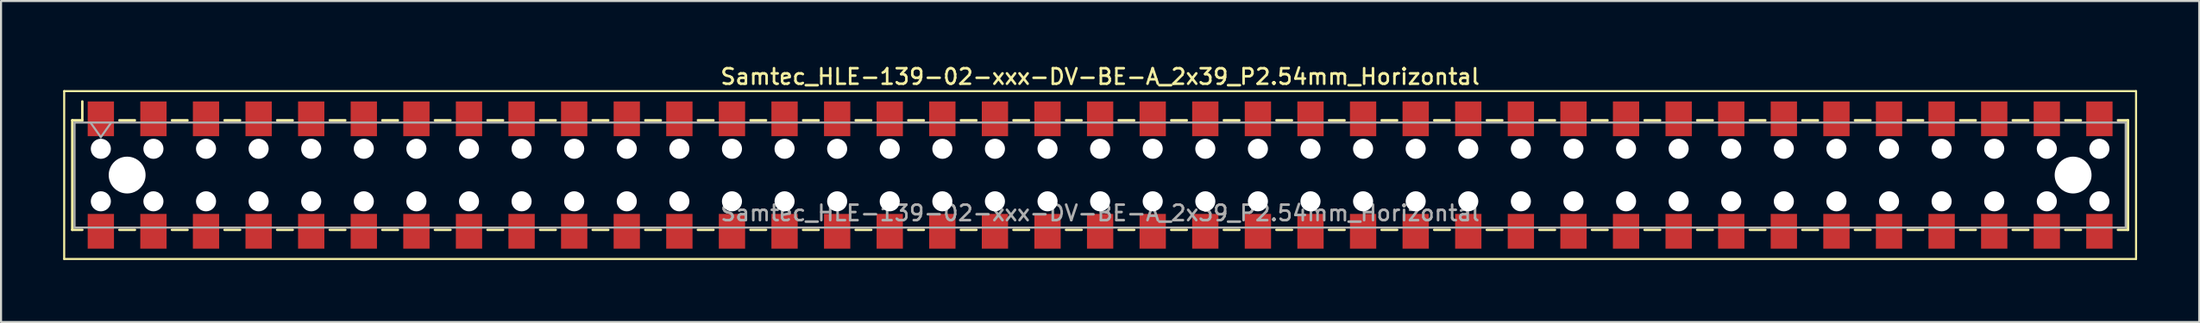
<source format=kicad_pcb>
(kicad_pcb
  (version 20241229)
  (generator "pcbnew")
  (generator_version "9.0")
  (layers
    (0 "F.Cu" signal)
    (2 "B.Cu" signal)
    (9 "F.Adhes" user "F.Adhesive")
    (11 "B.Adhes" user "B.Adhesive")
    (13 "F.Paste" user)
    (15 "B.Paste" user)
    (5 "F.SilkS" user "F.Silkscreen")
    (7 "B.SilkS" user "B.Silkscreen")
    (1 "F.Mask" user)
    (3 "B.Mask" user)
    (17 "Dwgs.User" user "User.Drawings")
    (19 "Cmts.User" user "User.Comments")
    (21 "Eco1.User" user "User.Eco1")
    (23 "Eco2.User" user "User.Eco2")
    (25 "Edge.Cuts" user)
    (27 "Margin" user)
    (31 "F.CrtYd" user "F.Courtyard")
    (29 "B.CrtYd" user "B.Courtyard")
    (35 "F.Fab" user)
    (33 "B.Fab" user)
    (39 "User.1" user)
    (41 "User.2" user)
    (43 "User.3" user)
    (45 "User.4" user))
  (footprint "Samtec_HLE-139-02-xxx-DV-BE-A_2x39_P2.54mm_Horizontal"
    (layer "F.Cu")
    (at 50.08 5.418)
    (property "Reference" "Samtec_HLE-139-02-xxx-DV-BE-A_2x39_P2.54mm_Horizontal" (at 0 -4.76 0) (layer "F.SilkS") (effects (font (size 0.75 0.75) (thickness 0.125))))
    (attr smd)
    (fp_line (start -50.03 -4.06) (end 50.03 -4.06) (stroke (width 0.1) (type solid)) (layer "F.SilkS"))
    (fp_line (start -50.03 4.06) (end -50.03 -4.06) (stroke (width 0.1) (type solid)) (layer "F.SilkS"))
    (fp_line (start -49.64 -2.65) (end -49.64 2.65) (stroke (width 0.12) (type solid)) (layer "F.SilkS"))
    (fp_line (start -49.64 2.65) (end -49.155 2.65) (stroke (width 0.12) (type solid)) (layer "F.SilkS"))
    (fp_line (start -49.155 -3.56) (end -49.155 -2.65) (stroke (width 0.12) (type solid)) (layer "F.SilkS"))
    (fp_line (start -49.155 -2.65) (end -49.64 -2.65) (stroke (width 0.12) (type solid)) (layer "F.SilkS"))
    (fp_line (start -47.365 -2.65) (end -46.615 -2.65) (stroke (width 0.12) (type solid)) (layer "F.SilkS"))
    (fp_line (start -47.365 2.65) (end -46.615 2.65) (stroke (width 0.12) (type solid)) (layer "F.SilkS"))
    (fp_line (start -44.825 -2.65) (end -44.075 -2.65) (stroke (width 0.12) (type solid)) (layer "F.SilkS"))
    (fp_line (start -44.825 2.65) (end -44.075 2.65) (stroke (width 0.12) (type solid)) (layer "F.SilkS"))
    (fp_line (start -42.285 -2.65) (end -41.535 -2.65) (stroke (width 0.12) (type solid)) (layer "F.SilkS"))
    (fp_line (start -42.285 2.65) (end -41.535 2.65) (stroke (width 0.12) (type solid)) (layer "F.SilkS"))
    (fp_line (start -39.745 -2.65) (end -38.995 -2.65) (stroke (width 0.12) (type solid)) (layer "F.SilkS"))
    (fp_line (start -39.745 2.65) (end -38.995 2.65) (stroke (width 0.12) (type solid)) (layer "F.SilkS"))
    (fp_line (start -37.205 -2.65) (end -36.455 -2.65) (stroke (width 0.12) (type solid)) (layer "F.SilkS"))
    (fp_line (start -37.205 2.65) (end -36.455 2.65) (stroke (width 0.12) (type solid)) (layer "F.SilkS"))
    (fp_line (start -34.665 -2.65) (end -33.915 -2.65) (stroke (width 0.12) (type solid)) (layer "F.SilkS"))
    (fp_line (start -34.665 2.65) (end -33.915 2.65) (stroke (width 0.12) (type solid)) (layer "F.SilkS"))
    (fp_line (start -32.125 -2.65) (end -31.375 -2.65) (stroke (width 0.12) (type solid)) (layer "F.SilkS"))
    (fp_line (start -32.125 2.65) (end -31.375 2.65) (stroke (width 0.12) (type solid)) (layer "F.SilkS"))
    (fp_line (start -29.585 -2.65) (end -28.835 -2.65) (stroke (width 0.12) (type solid)) (layer "F.SilkS"))
    (fp_line (start -29.585 2.65) (end -28.835 2.65) (stroke (width 0.12) (type solid)) (layer "F.SilkS"))
    (fp_line (start -27.045 -2.65) (end -26.295 -2.65) (stroke (width 0.12) (type solid)) (layer "F.SilkS"))
    (fp_line (start -27.045 2.65) (end -26.295 2.65) (stroke (width 0.12) (type solid)) (layer "F.SilkS"))
    (fp_line (start -24.505 -2.65) (end -23.755 -2.65) (stroke (width 0.12) (type solid)) (layer "F.SilkS"))
    (fp_line (start -24.505 2.65) (end -23.755 2.65) (stroke (width 0.12) (type solid)) (layer "F.SilkS"))
    (fp_line (start -21.965 -2.65) (end -21.215 -2.65) (stroke (width 0.12) (type solid)) (layer "F.SilkS"))
    (fp_line (start -21.965 2.65) (end -21.215 2.65) (stroke (width 0.12) (type solid)) (layer "F.SilkS"))
    (fp_line (start -19.425 -2.65) (end -18.675 -2.65) (stroke (width 0.12) (type solid)) (layer "F.SilkS"))
    (fp_line (start -19.425 2.65) (end -18.675 2.65) (stroke (width 0.12) (type solid)) (layer "F.SilkS"))
    (fp_line (start -16.885 -2.65) (end -16.135 -2.65) (stroke (width 0.12) (type solid)) (layer "F.SilkS"))
    (fp_line (start -16.885 2.65) (end -16.135 2.65) (stroke (width 0.12) (type solid)) (layer "F.SilkS"))
    (fp_line (start -14.345 -2.65) (end -13.595 -2.65) (stroke (width 0.12) (type solid)) (layer "F.SilkS"))
    (fp_line (start -14.345 2.65) (end -13.595 2.65) (stroke (width 0.12) (type solid)) (layer "F.SilkS"))
    (fp_line (start -11.805 -2.65) (end -11.055 -2.65) (stroke (width 0.12) (type solid)) (layer "F.SilkS"))
    (fp_line (start -11.805 2.65) (end -11.055 2.65) (stroke (width 0.12) (type solid)) (layer "F.SilkS"))
    (fp_line (start -9.265 -2.65) (end -8.515 -2.65) (stroke (width 0.12) (type solid)) (layer "F.SilkS"))
    (fp_line (start -9.265 2.65) (end -8.515 2.65) (stroke (width 0.12) (type solid)) (layer "F.SilkS"))
    (fp_line (start -6.725 -2.65) (end -5.975 -2.65) (stroke (width 0.12) (type solid)) (layer "F.SilkS"))
    (fp_line (start -6.725 2.65) (end -5.975 2.65) (stroke (width 0.12) (type solid)) (layer "F.SilkS"))
    (fp_line (start -4.185 -2.65) (end -3.435 -2.65) (stroke (width 0.12) (type solid)) (layer "F.SilkS"))
    (fp_line (start -4.185 2.65) (end -3.435 2.65) (stroke (width 0.12) (type solid)) (layer "F.SilkS"))
    (fp_line (start -1.645 -2.65) (end -0.895 -2.65) (stroke (width 0.12) (type solid)) (layer "F.SilkS"))
    (fp_line (start -1.645 2.65) (end -0.895 2.65) (stroke (width 0.12) (type solid)) (layer "F.SilkS"))
    (fp_line (start 0.895 -2.65) (end 1.645 -2.65) (stroke (width 0.12) (type solid)) (layer "F.SilkS"))
    (fp_line (start 0.895 2.65) (end 1.645 2.65) (stroke (width 0.12) (type solid)) (layer "F.SilkS"))
    (fp_line (start 3.435 -2.65) (end 4.185 -2.65) (stroke (width 0.12) (type solid)) (layer "F.SilkS"))
    (fp_line (start 3.435 2.65) (end 4.185 2.65) (stroke (width 0.12) (type solid)) (layer "F.SilkS"))
    (fp_line (start 5.975 -2.65) (end 6.725 -2.65) (stroke (width 0.12) (type solid)) (layer "F.SilkS"))
    (fp_line (start 5.975 2.65) (end 6.725 2.65) (stroke (width 0.12) (type solid)) (layer "F.SilkS"))
    (fp_line (start 8.515 -2.65) (end 9.265 -2.65) (stroke (width 0.12) (type solid)) (layer "F.SilkS"))
    (fp_line (start 8.515 2.65) (end 9.265 2.65) (stroke (width 0.12) (type solid)) (layer "F.SilkS"))
    (fp_line (start 11.055 -2.65) (end 11.805 -2.65) (stroke (width 0.12) (type solid)) (layer "F.SilkS"))
    (fp_line (start 11.055 2.65) (end 11.805 2.65) (stroke (width 0.12) (type solid)) (layer "F.SilkS"))
    (fp_line (start 13.595 -2.65) (end 14.345 -2.65) (stroke (width 0.12) (type solid)) (layer "F.SilkS"))
    (fp_line (start 13.595 2.65) (end 14.345 2.65) (stroke (width 0.12) (type solid)) (layer "F.SilkS"))
    (fp_line (start 16.135 -2.65) (end 16.885 -2.65) (stroke (width 0.12) (type solid)) (layer "F.SilkS"))
    (fp_line (start 16.135 2.65) (end 16.885 2.65) (stroke (width 0.12) (type solid)) (layer "F.SilkS"))
    (fp_line (start 18.675 -2.65) (end 19.425 -2.65) (stroke (width 0.12) (type solid)) (layer "F.SilkS"))
    (fp_line (start 18.675 2.65) (end 19.425 2.65) (stroke (width 0.12) (type solid)) (layer "F.SilkS"))
    (fp_line (start 21.215 -2.65) (end 21.965 -2.65) (stroke (width 0.12) (type solid)) (layer "F.SilkS"))
    (fp_line (start 21.215 2.65) (end 21.965 2.65) (stroke (width 0.12) (type solid)) (layer "F.SilkS"))
    (fp_line (start 23.755 -2.65) (end 24.505 -2.65) (stroke (width 0.12) (type solid)) (layer "F.SilkS"))
    (fp_line (start 23.755 2.65) (end 24.505 2.65) (stroke (width 0.12) (type solid)) (layer "F.SilkS"))
    (fp_line (start 26.295 -2.65) (end 27.045 -2.65) (stroke (width 0.12) (type solid)) (layer "F.SilkS"))
    (fp_line (start 26.295 2.65) (end 27.045 2.65) (stroke (width 0.12) (type solid)) (layer "F.SilkS"))
    (fp_line (start 28.835 -2.65) (end 29.585 -2.65) (stroke (width 0.12) (type solid)) (layer "F.SilkS"))
    (fp_line (start 28.835 2.65) (end 29.585 2.65) (stroke (width 0.12) (type solid)) (layer "F.SilkS"))
    (fp_line (start 31.375 -2.65) (end 32.125 -2.65) (stroke (width 0.12) (type solid)) (layer "F.SilkS"))
    (fp_line (start 31.375 2.65) (end 32.125 2.65) (stroke (width 0.12) (type solid)) (layer "F.SilkS"))
    (fp_line (start 33.915 -2.65) (end 34.665 -2.65) (stroke (width 0.12) (type solid)) (layer "F.SilkS"))
    (fp_line (start 33.915 2.65) (end 34.665 2.65) (stroke (width 0.12) (type solid)) (layer "F.SilkS"))
    (fp_line (start 36.455 -2.65) (end 37.205 -2.65) (stroke (width 0.12) (type solid)) (layer "F.SilkS"))
    (fp_line (start 36.455 2.65) (end 37.205 2.65) (stroke (width 0.12) (type solid)) (layer "F.SilkS"))
    (fp_line (start 38.995 -2.65) (end 39.745 -2.65) (stroke (width 0.12) (type solid)) (layer "F.SilkS"))
    (fp_line (start 38.995 2.65) (end 39.745 2.65) (stroke (width 0.12) (type solid)) (layer "F.SilkS"))
    (fp_line (start 41.535 -2.65) (end 42.285 -2.65) (stroke (width 0.12) (type solid)) (layer "F.SilkS"))
    (fp_line (start 41.535 2.65) (end 42.285 2.65) (stroke (width 0.12) (type solid)) (layer "F.SilkS"))
    (fp_line (start 44.075 -2.65) (end 44.825 -2.65) (stroke (width 0.12) (type solid)) (layer "F.SilkS"))
    (fp_line (start 44.075 2.65) (end 44.825 2.65) (stroke (width 0.12) (type solid)) (layer "F.SilkS"))
    (fp_line (start 46.615 -2.65) (end 47.365 -2.65) (stroke (width 0.12) (type solid)) (layer "F.SilkS"))
    (fp_line (start 46.615 2.65) (end 47.365 2.65) (stroke (width 0.12) (type solid)) (layer "F.SilkS"))
    (fp_line (start 49.155 -2.65) (end 49.64 -2.65) (stroke (width 0.12) (type solid)) (layer "F.SilkS"))
    (fp_line (start 49.64 -2.65) (end 49.64 2.65) (stroke (width 0.12) (type solid)) (layer "F.SilkS"))
    (fp_line (start 49.64 2.65) (end 49.155 2.65) (stroke (width 0.12) (type solid)) (layer "F.SilkS"))
    (fp_line (start 50.03 -4.06) (end 50.03 4.06) (stroke (width 0.1) (type solid)) (layer "F.SilkS"))
    (fp_line (start 50.03 4.06) (end -50.03 4.06) (stroke (width 0.1) (type solid)) (layer "F.SilkS"))
    (fp_line (start -49.53 -2.54) (end 49.53 -2.54) (stroke (width 0.1) (type solid)) (layer "F.Fab"))
    (fp_line (start -49.53 2.54) (end -49.53 -2.54) (stroke (width 0.1) (type solid)) (layer "F.Fab"))
    (fp_line (start -48.76 -2.54) (end -48.26 -1.833) (stroke (width 0.1) (type solid)) (layer "F.Fab"))
    (fp_line (start -48.26 -1.833) (end -47.76 -2.54) (stroke (width 0.1) (type solid)) (layer "F.Fab"))
    (fp_line (start 49.53 -2.54) (end 49.53 2.54) (stroke (width 0.1) (type solid)) (layer "F.Fab"))
    (fp_line (start 49.53 2.54) (end -49.53 2.54) (stroke (width 0.1) (type solid)) (layer "F.Fab"))
    (fp_text user "${REFERENCE}" (at 0 1.84 0) (layer "F.Fab") (effects (font (size 0.75 0.75) (thickness 0.125))))
    (pad "" np_thru_hole circle (at -48.26 -1.27) (size 0.97 0.97) (drill 0.97) (layers "*.Cu" "*.Mask"))
    (pad "" np_thru_hole circle (at -48.26 1.27) (size 0.97 0.97) (drill 0.97) (layers "*.Cu" "*.Mask"))
    (pad "" np_thru_hole circle (at -46.99 0) (size 1.78 1.78) (drill 1.78) (layers "*.Cu" "*.Mask"))
    (pad "" np_thru_hole circle (at -45.72 -1.27) (size 0.97 0.97) (drill 0.97) (layers "*.Cu" "*.Mask"))
    (pad "" np_thru_hole circle (at -45.72 1.27) (size 0.97 0.97) (drill 0.97) (layers "*.Cu" "*.Mask"))
    (pad "" np_thru_hole circle (at -43.18 -1.27) (size 0.97 0.97) (drill 0.97) (layers "*.Cu" "*.Mask"))
    (pad "" np_thru_hole circle (at -43.18 1.27) (size 0.97 0.97) (drill 0.97) (layers "*.Cu" "*.Mask"))
    (pad "" np_thru_hole circle (at -40.64 -1.27) (size 0.97 0.97) (drill 0.97) (layers "*.Cu" "*.Mask"))
    (pad "" np_thru_hole circle (at -40.64 1.27) (size 0.97 0.97) (drill 0.97) (layers "*.Cu" "*.Mask"))
    (pad "" np_thru_hole circle (at -38.1 -1.27) (size 0.97 0.97) (drill 0.97) (layers "*.Cu" "*.Mask"))
    (pad "" np_thru_hole circle (at -38.1 1.27) (size 0.97 0.97) (drill 0.97) (layers "*.Cu" "*.Mask"))
    (pad "" np_thru_hole circle (at -35.56 -1.27) (size 0.97 0.97) (drill 0.97) (layers "*.Cu" "*.Mask"))
    (pad "" np_thru_hole circle (at -35.56 1.27) (size 0.97 0.97) (drill 0.97) (layers "*.Cu" "*.Mask"))
    (pad "" np_thru_hole circle (at -33.02 -1.27) (size 0.97 0.97) (drill 0.97) (layers "*.Cu" "*.Mask"))
    (pad "" np_thru_hole circle (at -33.02 1.27) (size 0.97 0.97) (drill 0.97) (layers "*.Cu" "*.Mask"))
    (pad "" np_thru_hole circle (at -30.48 -1.27) (size 0.97 0.97) (drill 0.97) (layers "*.Cu" "*.Mask"))
    (pad "" np_thru_hole circle (at -30.48 1.27) (size 0.97 0.97) (drill 0.97) (layers "*.Cu" "*.Mask"))
    (pad "" np_thru_hole circle (at -27.94 -1.27) (size 0.97 0.97) (drill 0.97) (layers "*.Cu" "*.Mask"))
    (pad "" np_thru_hole circle (at -27.94 1.27) (size 0.97 0.97) (drill 0.97) (layers "*.Cu" "*.Mask"))
    (pad "" np_thru_hole circle (at -25.4 -1.27) (size 0.97 0.97) (drill 0.97) (layers "*.Cu" "*.Mask"))
    (pad "" np_thru_hole circle (at -25.4 1.27) (size 0.97 0.97) (drill 0.97) (layers "*.Cu" "*.Mask"))
    (pad "" np_thru_hole circle (at -22.86 -1.27) (size 0.97 0.97) (drill 0.97) (layers "*.Cu" "*.Mask"))
    (pad "" np_thru_hole circle (at -22.86 1.27) (size 0.97 0.97) (drill 0.97) (layers "*.Cu" "*.Mask"))
    (pad "" np_thru_hole circle (at -20.32 -1.27) (size 0.97 0.97) (drill 0.97) (layers "*.Cu" "*.Mask"))
    (pad "" np_thru_hole circle (at -20.32 1.27) (size 0.97 0.97) (drill 0.97) (layers "*.Cu" "*.Mask"))
    (pad "" np_thru_hole circle (at -17.78 -1.27) (size 0.97 0.97) (drill 0.97) (layers "*.Cu" "*.Mask"))
    (pad "" np_thru_hole circle (at -17.78 1.27) (size 0.97 0.97) (drill 0.97) (layers "*.Cu" "*.Mask"))
    (pad "" np_thru_hole circle (at -15.24 -1.27) (size 0.97 0.97) (drill 0.97) (layers "*.Cu" "*.Mask"))
    (pad "" np_thru_hole circle (at -15.24 1.27) (size 0.97 0.97) (drill 0.97) (layers "*.Cu" "*.Mask"))
    (pad "" np_thru_hole circle (at -12.7 -1.27) (size 0.97 0.97) (drill 0.97) (layers "*.Cu" "*.Mask"))
    (pad "" np_thru_hole circle (at -12.7 1.27) (size 0.97 0.97) (drill 0.97) (layers "*.Cu" "*.Mask"))
    (pad "" np_thru_hole circle (at -10.16 -1.27) (size 0.97 0.97) (drill 0.97) (layers "*.Cu" "*.Mask"))
    (pad "" np_thru_hole circle (at -10.16 1.27) (size 0.97 0.97) (drill 0.97) (layers "*.Cu" "*.Mask"))
    (pad "" np_thru_hole circle (at -7.62 -1.27) (size 0.97 0.97) (drill 0.97) (layers "*.Cu" "*.Mask"))
    (pad "" np_thru_hole circle (at -7.62 1.27) (size 0.97 0.97) (drill 0.97) (layers "*.Cu" "*.Mask"))
    (pad "" np_thru_hole circle (at -5.08 -1.27) (size 0.97 0.97) (drill 0.97) (layers "*.Cu" "*.Mask"))
    (pad "" np_thru_hole circle (at -5.08 1.27) (size 0.97 0.97) (drill 0.97) (layers "*.Cu" "*.Mask"))
    (pad "" np_thru_hole circle (at -2.54 -1.27) (size 0.97 0.97) (drill 0.97) (layers "*.Cu" "*.Mask"))
    (pad "" np_thru_hole circle (at -2.54 1.27) (size 0.97 0.97) (drill 0.97) (layers "*.Cu" "*.Mask"))
    (pad "" np_thru_hole circle (at 0 -1.27) (size 0.97 0.97) (drill 0.97) (layers "*.Cu" "*.Mask"))
    (pad "" np_thru_hole circle (at 0 1.27) (size 0.97 0.97) (drill 0.97) (layers "*.Cu" "*.Mask"))
    (pad "" np_thru_hole circle (at 2.54 -1.27) (size 0.97 0.97) (drill 0.97) (layers "*.Cu" "*.Mask"))
    (pad "" np_thru_hole circle (at 2.54 1.27) (size 0.97 0.97) (drill 0.97) (layers "*.Cu" "*.Mask"))
    (pad "" np_thru_hole circle (at 5.08 -1.27) (size 0.97 0.97) (drill 0.97) (layers "*.Cu" "*.Mask"))
    (pad "" np_thru_hole circle (at 5.08 1.27) (size 0.97 0.97) (drill 0.97) (layers "*.Cu" "*.Mask"))
    (pad "" np_thru_hole circle (at 7.62 -1.27) (size 0.97 0.97) (drill 0.97) (layers "*.Cu" "*.Mask"))
    (pad "" np_thru_hole circle (at 7.62 1.27) (size 0.97 0.97) (drill 0.97) (layers "*.Cu" "*.Mask"))
    (pad "" np_thru_hole circle (at 10.16 -1.27) (size 0.97 0.97) (drill 0.97) (layers "*.Cu" "*.Mask"))
    (pad "" np_thru_hole circle (at 10.16 1.27) (size 0.97 0.97) (drill 0.97) (layers "*.Cu" "*.Mask"))
    (pad "" np_thru_hole circle (at 12.7 -1.27) (size 0.97 0.97) (drill 0.97) (layers "*.Cu" "*.Mask"))
    (pad "" np_thru_hole circle (at 12.7 1.27) (size 0.97 0.97) (drill 0.97) (layers "*.Cu" "*.Mask"))
    (pad "" np_thru_hole circle (at 15.24 -1.27) (size 0.97 0.97) (drill 0.97) (layers "*.Cu" "*.Mask"))
    (pad "" np_thru_hole circle (at 15.24 1.27) (size 0.97 0.97) (drill 0.97) (layers "*.Cu" "*.Mask"))
    (pad "" np_thru_hole circle (at 17.78 -1.27) (size 0.97 0.97) (drill 0.97) (layers "*.Cu" "*.Mask"))
    (pad "" np_thru_hole circle (at 17.78 1.27) (size 0.97 0.97) (drill 0.97) (layers "*.Cu" "*.Mask"))
    (pad "" np_thru_hole circle (at 20.32 -1.27) (size 0.97 0.97) (drill 0.97) (layers "*.Cu" "*.Mask"))
    (pad "" np_thru_hole circle (at 20.32 1.27) (size 0.97 0.97) (drill 0.97) (layers "*.Cu" "*.Mask"))
    (pad "" np_thru_hole circle (at 22.86 -1.27) (size 0.97 0.97) (drill 0.97) (layers "*.Cu" "*.Mask"))
    (pad "" np_thru_hole circle (at 22.86 1.27) (size 0.97 0.97) (drill 0.97) (layers "*.Cu" "*.Mask"))
    (pad "" np_thru_hole circle (at 25.4 -1.27) (size 0.97 0.97) (drill 0.97) (layers "*.Cu" "*.Mask"))
    (pad "" np_thru_hole circle (at 25.4 1.27) (size 0.97 0.97) (drill 0.97) (layers "*.Cu" "*.Mask"))
    (pad "" np_thru_hole circle (at 27.94 -1.27) (size 0.97 0.97) (drill 0.97) (layers "*.Cu" "*.Mask"))
    (pad "" np_thru_hole circle (at 27.94 1.27) (size 0.97 0.97) (drill 0.97) (layers "*.Cu" "*.Mask"))
    (pad "" np_thru_hole circle (at 30.48 -1.27) (size 0.97 0.97) (drill 0.97) (layers "*.Cu" "*.Mask"))
    (pad "" np_thru_hole circle (at 30.48 1.27) (size 0.97 0.97) (drill 0.97) (layers "*.Cu" "*.Mask"))
    (pad "" np_thru_hole circle (at 33.02 -1.27) (size 0.97 0.97) (drill 0.97) (layers "*.Cu" "*.Mask"))
    (pad "" np_thru_hole circle (at 33.02 1.27) (size 0.97 0.97) (drill 0.97) (layers "*.Cu" "*.Mask"))
    (pad "" np_thru_hole circle (at 35.56 -1.27) (size 0.97 0.97) (drill 0.97) (layers "*.Cu" "*.Mask"))
    (pad "" np_thru_hole circle (at 35.56 1.27) (size 0.97 0.97) (drill 0.97) (layers "*.Cu" "*.Mask"))
    (pad "" np_thru_hole circle (at 38.1 -1.27) (size 0.97 0.97) (drill 0.97) (layers "*.Cu" "*.Mask"))
    (pad "" np_thru_hole circle (at 38.1 1.27) (size 0.97 0.97) (drill 0.97) (layers "*.Cu" "*.Mask"))
    (pad "" np_thru_hole circle (at 40.64 -1.27) (size 0.97 0.97) (drill 0.97) (layers "*.Cu" "*.Mask"))
    (pad "" np_thru_hole circle (at 40.64 1.27) (size 0.97 0.97) (drill 0.97) (layers "*.Cu" "*.Mask"))
    (pad "" np_thru_hole circle (at 43.18 -1.27) (size 0.97 0.97) (drill 0.97) (layers "*.Cu" "*.Mask"))
    (pad "" np_thru_hole circle (at 43.18 1.27) (size 0.97 0.97) (drill 0.97) (layers "*.Cu" "*.Mask"))
    (pad "" np_thru_hole circle (at 45.72 -1.27) (size 0.97 0.97) (drill 0.97) (layers "*.Cu" "*.Mask"))
    (pad "" np_thru_hole circle (at 45.72 1.27) (size 0.97 0.97) (drill 0.97) (layers "*.Cu" "*.Mask"))
    (pad "" np_thru_hole circle (at 46.99 0) (size 1.78 1.78) (drill 1.78) (layers "*.Cu" "*.Mask"))
    (pad "" np_thru_hole circle (at 48.26 -1.27) (size 0.97 0.97) (drill 0.97) (layers "*.Cu" "*.Mask"))
    (pad "" np_thru_hole circle (at 48.26 1.27) (size 0.97 0.97) (drill 0.97) (layers "*.Cu" "*.Mask"))
    (pad "1" smd rect (at -48.26 -2.72) (size 1.27 1.68) (layers "F.Cu" "F.Mask" "F.Paste"))
    (pad "2" smd rect (at -48.26 2.72) (size 1.27 1.68) (layers "F.Cu" "F.Mask" "F.Paste"))
    (pad "3" smd rect (at -45.72 -2.72) (size 1.27 1.68) (layers "F.Cu" "F.Mask" "F.Paste"))
    (pad "4" smd rect (at -45.72 2.72) (size 1.27 1.68) (layers "F.Cu" "F.Mask" "F.Paste"))
    (pad "5" smd rect (at -43.18 -2.72) (size 1.27 1.68) (layers "F.Cu" "F.Mask" "F.Paste"))
    (pad "6" smd rect (at -43.18 2.72) (size 1.27 1.68) (layers "F.Cu" "F.Mask" "F.Paste"))
    (pad "7" smd rect (at -40.64 -2.72) (size 1.27 1.68) (layers "F.Cu" "F.Mask" "F.Paste"))
    (pad "8" smd rect (at -40.64 2.72) (size 1.27 1.68) (layers "F.Cu" "F.Mask" "F.Paste"))
    (pad "9" smd rect (at -38.1 -2.72) (size 1.27 1.68) (layers "F.Cu" "F.Mask" "F.Paste"))
    (pad "10" smd rect (at -38.1 2.72) (size 1.27 1.68) (layers "F.Cu" "F.Mask" "F.Paste"))
    (pad "11" smd rect (at -35.56 -2.72) (size 1.27 1.68) (layers "F.Cu" "F.Mask" "F.Paste"))
    (pad "12" smd rect (at -35.56 2.72) (size 1.27 1.68) (layers "F.Cu" "F.Mask" "F.Paste"))
    (pad "13" smd rect (at -33.02 -2.72) (size 1.27 1.68) (layers "F.Cu" "F.Mask" "F.Paste"))
    (pad "14" smd rect (at -33.02 2.72) (size 1.27 1.68) (layers "F.Cu" "F.Mask" "F.Paste"))
    (pad "15" smd rect (at -30.48 -2.72) (size 1.27 1.68) (layers "F.Cu" "F.Mask" "F.Paste"))
    (pad "16" smd rect (at -30.48 2.72) (size 1.27 1.68) (layers "F.Cu" "F.Mask" "F.Paste"))
    (pad "17" smd rect (at -27.94 -2.72) (size 1.27 1.68) (layers "F.Cu" "F.Mask" "F.Paste"))
    (pad "18" smd rect (at -27.94 2.72) (size 1.27 1.68) (layers "F.Cu" "F.Mask" "F.Paste"))
    (pad "19" smd rect (at -25.4 -2.72) (size 1.27 1.68) (layers "F.Cu" "F.Mask" "F.Paste"))
    (pad "20" smd rect (at -25.4 2.72) (size 1.27 1.68) (layers "F.Cu" "F.Mask" "F.Paste"))
    (pad "21" smd rect (at -22.86 -2.72) (size 1.27 1.68) (layers "F.Cu" "F.Mask" "F.Paste"))
    (pad "22" smd rect (at -22.86 2.72) (size 1.27 1.68) (layers "F.Cu" "F.Mask" "F.Paste"))
    (pad "23" smd rect (at -20.32 -2.72) (size 1.27 1.68) (layers "F.Cu" "F.Mask" "F.Paste"))
    (pad "24" smd rect (at -20.32 2.72) (size 1.27 1.68) (layers "F.Cu" "F.Mask" "F.Paste"))
    (pad "25" smd rect (at -17.78 -2.72) (size 1.27 1.68) (layers "F.Cu" "F.Mask" "F.Paste"))
    (pad "26" smd rect (at -17.78 2.72) (size 1.27 1.68) (layers "F.Cu" "F.Mask" "F.Paste"))
    (pad "27" smd rect (at -15.24 -2.72) (size 1.27 1.68) (layers "F.Cu" "F.Mask" "F.Paste"))
    (pad "28" smd rect (at -15.24 2.72) (size 1.27 1.68) (layers "F.Cu" "F.Mask" "F.Paste"))
    (pad "29" smd rect (at -12.7 -2.72) (size 1.27 1.68) (layers "F.Cu" "F.Mask" "F.Paste"))
    (pad "30" smd rect (at -12.7 2.72) (size 1.27 1.68) (layers "F.Cu" "F.Mask" "F.Paste"))
    (pad "31" smd rect (at -10.16 -2.72) (size 1.27 1.68) (layers "F.Cu" "F.Mask" "F.Paste"))
    (pad "32" smd rect (at -10.16 2.72) (size 1.27 1.68) (layers "F.Cu" "F.Mask" "F.Paste"))
    (pad "33" smd rect (at -7.62 -2.72) (size 1.27 1.68) (layers "F.Cu" "F.Mask" "F.Paste"))
    (pad "34" smd rect (at -7.62 2.72) (size 1.27 1.68) (layers "F.Cu" "F.Mask" "F.Paste"))
    (pad "35" smd rect (at -5.08 -2.72) (size 1.27 1.68) (layers "F.Cu" "F.Mask" "F.Paste"))
    (pad "36" smd rect (at -5.08 2.72) (size 1.27 1.68) (layers "F.Cu" "F.Mask" "F.Paste"))
    (pad "37" smd rect (at -2.54 -2.72) (size 1.27 1.68) (layers "F.Cu" "F.Mask" "F.Paste"))
    (pad "38" smd rect (at -2.54 2.72) (size 1.27 1.68) (layers "F.Cu" "F.Mask" "F.Paste"))
    (pad "39" smd rect (at 0 -2.72) (size 1.27 1.68) (layers "F.Cu" "F.Mask" "F.Paste"))
    (pad "40" smd rect (at 0 2.72) (size 1.27 1.68) (layers "F.Cu" "F.Mask" "F.Paste"))
    (pad "41" smd rect (at 2.54 -2.72) (size 1.27 1.68) (layers "F.Cu" "F.Mask" "F.Paste"))
    (pad "42" smd rect (at 2.54 2.72) (size 1.27 1.68) (layers "F.Cu" "F.Mask" "F.Paste"))
    (pad "43" smd rect (at 5.08 -2.72) (size 1.27 1.68) (layers "F.Cu" "F.Mask" "F.Paste"))
    (pad "44" smd rect (at 5.08 2.72) (size 1.27 1.68) (layers "F.Cu" "F.Mask" "F.Paste"))
    (pad "45" smd rect (at 7.62 -2.72) (size 1.27 1.68) (layers "F.Cu" "F.Mask" "F.Paste"))
    (pad "46" smd rect (at 7.62 2.72) (size 1.27 1.68) (layers "F.Cu" "F.Mask" "F.Paste"))
    (pad "47" smd rect (at 10.16 -2.72) (size 1.27 1.68) (layers "F.Cu" "F.Mask" "F.Paste"))
    (pad "48" smd rect (at 10.16 2.72) (size 1.27 1.68) (layers "F.Cu" "F.Mask" "F.Paste"))
    (pad "49" smd rect (at 12.7 -2.72) (size 1.27 1.68) (layers "F.Cu" "F.Mask" "F.Paste"))
    (pad "50" smd rect (at 12.7 2.72) (size 1.27 1.68) (layers "F.Cu" "F.Mask" "F.Paste"))
    (pad "51" smd rect (at 15.24 -2.72) (size 1.27 1.68) (layers "F.Cu" "F.Mask" "F.Paste"))
    (pad "52" smd rect (at 15.24 2.72) (size 1.27 1.68) (layers "F.Cu" "F.Mask" "F.Paste"))
    (pad "53" smd rect (at 17.78 -2.72) (size 1.27 1.68) (layers "F.Cu" "F.Mask" "F.Paste"))
    (pad "54" smd rect (at 17.78 2.72) (size 1.27 1.68) (layers "F.Cu" "F.Mask" "F.Paste"))
    (pad "55" smd rect (at 20.32 -2.72) (size 1.27 1.68) (layers "F.Cu" "F.Mask" "F.Paste"))
    (pad "56" smd rect (at 20.32 2.72) (size 1.27 1.68) (layers "F.Cu" "F.Mask" "F.Paste"))
    (pad "57" smd rect (at 22.86 -2.72) (size 1.27 1.68) (layers "F.Cu" "F.Mask" "F.Paste"))
    (pad "58" smd rect (at 22.86 2.72) (size 1.27 1.68) (layers "F.Cu" "F.Mask" "F.Paste"))
    (pad "59" smd rect (at 25.4 -2.72) (size 1.27 1.68) (layers "F.Cu" "F.Mask" "F.Paste"))
    (pad "60" smd rect (at 25.4 2.72) (size 1.27 1.68) (layers "F.Cu" "F.Mask" "F.Paste"))
    (pad "61" smd rect (at 27.94 -2.72) (size 1.27 1.68) (layers "F.Cu" "F.Mask" "F.Paste"))
    (pad "62" smd rect (at 27.94 2.72) (size 1.27 1.68) (layers "F.Cu" "F.Mask" "F.Paste"))
    (pad "63" smd rect (at 30.48 -2.72) (size 1.27 1.68) (layers "F.Cu" "F.Mask" "F.Paste"))
    (pad "64" smd rect (at 30.48 2.72) (size 1.27 1.68) (layers "F.Cu" "F.Mask" "F.Paste"))
    (pad "65" smd rect (at 33.02 -2.72) (size 1.27 1.68) (layers "F.Cu" "F.Mask" "F.Paste"))
    (pad "66" smd rect (at 33.02 2.72) (size 1.27 1.68) (layers "F.Cu" "F.Mask" "F.Paste"))
    (pad "67" smd rect (at 35.56 -2.72) (size 1.27 1.68) (layers "F.Cu" "F.Mask" "F.Paste"))
    (pad "68" smd rect (at 35.56 2.72) (size 1.27 1.68) (layers "F.Cu" "F.Mask" "F.Paste"))
    (pad "69" smd rect (at 38.1 -2.72) (size 1.27 1.68) (layers "F.Cu" "F.Mask" "F.Paste"))
    (pad "70" smd rect (at 38.1 2.72) (size 1.27 1.68) (layers "F.Cu" "F.Mask" "F.Paste"))
    (pad "71" smd rect (at 40.64 -2.72) (size 1.27 1.68) (layers "F.Cu" "F.Mask" "F.Paste"))
    (pad "72" smd rect (at 40.64 2.72) (size 1.27 1.68) (layers "F.Cu" "F.Mask" "F.Paste"))
    (pad "73" smd rect (at 43.18 -2.72) (size 1.27 1.68) (layers "F.Cu" "F.Mask" "F.Paste"))
    (pad "74" smd rect (at 43.18 2.72) (size 1.27 1.68) (layers "F.Cu" "F.Mask" "F.Paste"))
    (pad "75" smd rect (at 45.72 -2.72) (size 1.27 1.68) (layers "F.Cu" "F.Mask" "F.Paste"))
    (pad "76" smd rect (at 45.72 2.72) (size 1.27 1.68) (layers "F.Cu" "F.Mask" "F.Paste"))
    (pad "77" smd rect (at 48.26 -2.72) (size 1.27 1.68) (layers "F.Cu" "F.Mask" "F.Paste"))
    (pad "78" smd rect (at 48.26 2.72) (size 1.27 1.68) (layers "F.Cu" "F.Mask" "F.Paste")))
  (gr_rect
    (start -3 -3)
    (end 103.16 12.528)
    (stroke (width 0.1) (type default))
    (fill no)
    (layer "Edge.Cuts")))
</source>
